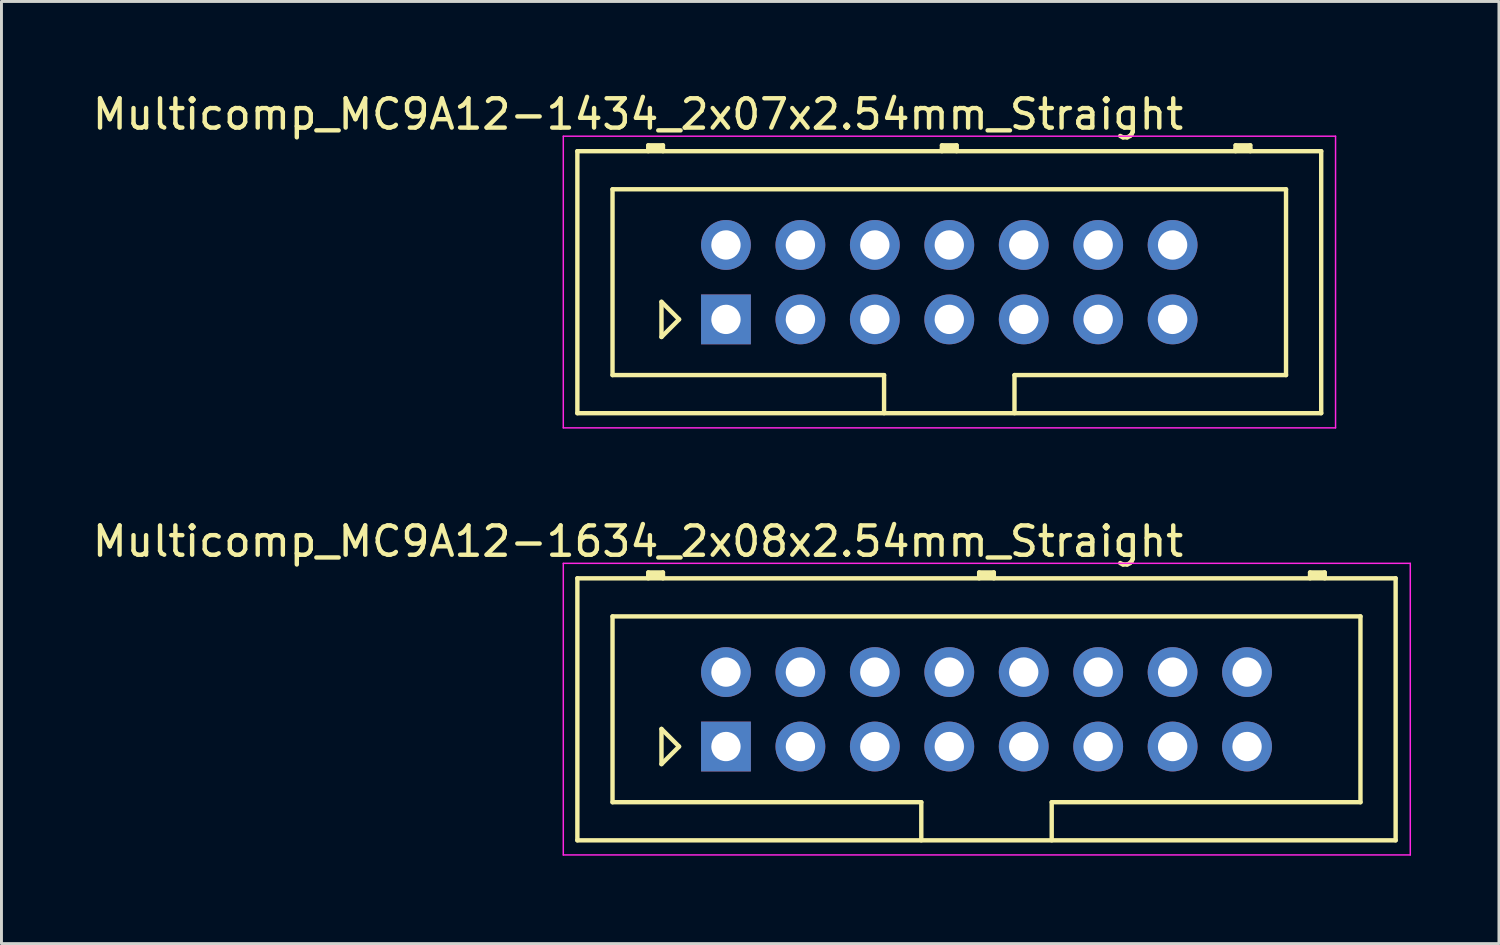
<source format=kicad_pcb>
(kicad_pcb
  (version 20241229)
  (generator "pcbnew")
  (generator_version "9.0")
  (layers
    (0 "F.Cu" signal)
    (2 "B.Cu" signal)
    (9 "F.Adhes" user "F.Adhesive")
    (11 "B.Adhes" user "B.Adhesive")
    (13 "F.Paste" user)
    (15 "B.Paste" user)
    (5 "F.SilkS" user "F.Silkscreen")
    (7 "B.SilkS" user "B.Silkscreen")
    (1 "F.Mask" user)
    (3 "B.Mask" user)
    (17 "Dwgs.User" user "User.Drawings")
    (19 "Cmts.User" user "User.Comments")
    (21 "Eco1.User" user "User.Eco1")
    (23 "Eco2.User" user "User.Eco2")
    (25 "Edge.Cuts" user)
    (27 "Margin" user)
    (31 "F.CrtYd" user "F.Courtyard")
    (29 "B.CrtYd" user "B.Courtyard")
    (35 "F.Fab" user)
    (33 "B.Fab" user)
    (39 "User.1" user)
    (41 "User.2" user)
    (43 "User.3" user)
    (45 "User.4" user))
  (footprint "Multicomp_MC9A12-1434_2x07x2.54mm_Straight"
    (layer "F.Cu")
    (at 21.72 7.848)
    (property "Reference" "Multicomp_MC9A12-1434_2x07x2.54mm_Straight" (at -3 -7 0) (layer "F.SilkS") (effects (font (size 1 1) (thickness 0.15))))
    (attr through_hole)
    (fp_line (start -5.07 -5.74) (end 20.31 -5.74) (stroke (width 0.15) (type solid)) (layer "F.SilkS"))
    (fp_line (start -5.07 3.2) (end -5.07 -5.74) (stroke (width 0.15) (type solid)) (layer "F.SilkS"))
    (fp_line (start -3.87 -4.44) (end 19.11 -4.44) (stroke (width 0.15) (type solid)) (layer "F.SilkS"))
    (fp_line (start -3.87 1.9) (end -3.87 -4.44) (stroke (width 0.15) (type solid)) (layer "F.SilkS"))
    (fp_line (start -2.65 -5.94) (end -2.15 -5.94) (stroke (width 0.15) (type solid)) (layer "F.SilkS"))
    (fp_line (start -2.65 -5.84) (end -2.15 -5.84) (stroke (width 0.15) (type solid)) (layer "F.SilkS"))
    (fp_line (start -2.65 -5.74) (end -2.65 -5.94) (stroke (width 0.15) (type solid)) (layer "F.SilkS"))
    (fp_line (start -2.2 -0.6) (end -1.6 0) (stroke (width 0.15) (type solid)) (layer "F.SilkS"))
    (fp_line (start -2.2 0.6) (end -2.2 -0.6) (stroke (width 0.15) (type solid)) (layer "F.SilkS"))
    (fp_line (start -2.15 -5.94) (end -2.15 -5.74) (stroke (width 0.15) (type solid)) (layer "F.SilkS"))
    (fp_line (start -1.6 0) (end -2.2 0.6) (stroke (width 0.15) (type solid)) (layer "F.SilkS"))
    (fp_line (start 5.395 1.9) (end -3.87 1.9) (stroke (width 0.15) (type solid)) (layer "F.SilkS"))
    (fp_line (start 5.395 3.2) (end 5.395 1.9) (stroke (width 0.15) (type solid)) (layer "F.SilkS"))
    (fp_line (start 7.37 -5.94) (end 7.87 -5.94) (stroke (width 0.15) (type solid)) (layer "F.SilkS"))
    (fp_line (start 7.37 -5.84) (end 7.87 -5.84) (stroke (width 0.15) (type solid)) (layer "F.SilkS"))
    (fp_line (start 7.37 -5.74) (end 7.37 -5.94) (stroke (width 0.15) (type solid)) (layer "F.SilkS"))
    (fp_line (start 7.87 -5.94) (end 7.87 -5.74) (stroke (width 0.15) (type solid)) (layer "F.SilkS"))
    (fp_line (start 9.845 1.9) (end 9.845 3.2) (stroke (width 0.15) (type solid)) (layer "F.SilkS"))
    (fp_line (start 17.39 -5.94) (end 17.89 -5.94) (stroke (width 0.15) (type solid)) (layer "F.SilkS"))
    (fp_line (start 17.39 -5.84) (end 17.89 -5.84) (stroke (width 0.15) (type solid)) (layer "F.SilkS"))
    (fp_line (start 17.39 -5.74) (end 17.39 -5.94) (stroke (width 0.15) (type solid)) (layer "F.SilkS"))
    (fp_line (start 17.89 -5.94) (end 17.89 -5.74) (stroke (width 0.15) (type solid)) (layer "F.SilkS"))
    (fp_line (start 19.11 -4.44) (end 19.11 1.9) (stroke (width 0.15) (type solid)) (layer "F.SilkS"))
    (fp_line (start 19.11 1.9) (end 9.845 1.9) (stroke (width 0.15) (type solid)) (layer "F.SilkS"))
    (fp_line (start 20.31 -5.74) (end 20.31 3.2) (stroke (width 0.15) (type solid)) (layer "F.SilkS"))
    (fp_line (start 20.31 3.2) (end -5.07 3.2) (stroke (width 0.15) (type solid)) (layer "F.SilkS"))
    (fp_line (start -5.55 -6.25) (end 20.8 -6.25) (stroke (width 0.05) (type solid)) (layer "F.CrtYd"))
    (fp_line (start -5.55 3.7) (end -5.55 -6.25) (stroke (width 0.05) (type solid)) (layer "F.CrtYd"))
    (fp_line (start 20.8 -6.25) (end 20.8 3.7) (stroke (width 0.05) (type solid)) (layer "F.CrtYd"))
    (fp_line (start 20.8 3.7) (end -5.55 3.7) (stroke (width 0.05) (type solid)) (layer "F.CrtYd"))
    (pad "1" thru_hole rect (at 0 0) (size 1.7 1.7) (drill 1) (layers "*.Cu" "*.Mask"))
    (pad "2" thru_hole circle (at 0 -2.54) (size 1.7 1.7) (drill 1) (layers "*.Cu" "*.Mask"))
    (pad "3" thru_hole circle (at 2.54 0) (size 1.7 1.7) (drill 1) (layers "*.Cu" "*.Mask"))
    (pad "4" thru_hole circle (at 2.54 -2.54) (size 1.7 1.7) (drill 1) (layers "*.Cu" "*.Mask"))
    (pad "5" thru_hole circle (at 5.08 0) (size 1.7 1.7) (drill 1) (layers "*.Cu" "*.Mask"))
    (pad "6" thru_hole circle (at 5.08 -2.54) (size 1.7 1.7) (drill 1) (layers "*.Cu" "*.Mask"))
    (pad "7" thru_hole circle (at 7.62 0) (size 1.7 1.7) (drill 1) (layers "*.Cu" "*.Mask"))
    (pad "8" thru_hole circle (at 7.62 -2.54) (size 1.7 1.7) (drill 1) (layers "*.Cu" "*.Mask"))
    (pad "9" thru_hole circle (at 10.16 0) (size 1.7 1.7) (drill 1) (layers "*.Cu" "*.Mask"))
    (pad "10" thru_hole circle (at 10.16 -2.54) (size 1.7 1.7) (drill 1) (layers "*.Cu" "*.Mask"))
    (pad "11" thru_hole circle (at 12.7 0) (size 1.7 1.7) (drill 1) (layers "*.Cu" "*.Mask"))
    (pad "12" thru_hole circle (at 12.7 -2.54) (size 1.7 1.7) (drill 1) (layers "*.Cu" "*.Mask"))
    (pad "13" thru_hole circle (at 15.24 0) (size 1.7 1.7) (drill 1) (layers "*.Cu" "*.Mask"))
    (pad "14" thru_hole circle (at 15.24 -2.54) (size 1.7 1.7) (drill 1) (layers "*.Cu" "*.Mask")))
  (footprint "Multicomp_MC9A12-1634_2x08x2.54mm_Straight"
    (layer "F.Cu")
    (at 21.72 22.422)
    (property "Reference" "Multicomp_MC9A12-1634_2x08x2.54mm_Straight" (at -3 -7 0) (layer "F.SilkS") (effects (font (size 1 1) (thickness 0.15))))
    (attr through_hole)
    (fp_line (start -5.07 -5.74) (end 22.85 -5.74) (stroke (width 0.15) (type solid)) (layer "F.SilkS"))
    (fp_line (start -5.07 3.2) (end -5.07 -5.74) (stroke (width 0.15) (type solid)) (layer "F.SilkS"))
    (fp_line (start -3.87 -4.44) (end 21.65 -4.44) (stroke (width 0.15) (type solid)) (layer "F.SilkS"))
    (fp_line (start -3.87 1.9) (end -3.87 -4.44) (stroke (width 0.15) (type solid)) (layer "F.SilkS"))
    (fp_line (start -2.65 -5.94) (end -2.15 -5.94) (stroke (width 0.15) (type solid)) (layer "F.SilkS"))
    (fp_line (start -2.65 -5.84) (end -2.15 -5.84) (stroke (width 0.15) (type solid)) (layer "F.SilkS"))
    (fp_line (start -2.65 -5.74) (end -2.65 -5.94) (stroke (width 0.15) (type solid)) (layer "F.SilkS"))
    (fp_line (start -2.2 -0.6) (end -1.6 0) (stroke (width 0.15) (type solid)) (layer "F.SilkS"))
    (fp_line (start -2.2 0.6) (end -2.2 -0.6) (stroke (width 0.15) (type solid)) (layer "F.SilkS"))
    (fp_line (start -2.15 -5.94) (end -2.15 -5.74) (stroke (width 0.15) (type solid)) (layer "F.SilkS"))
    (fp_line (start -1.6 0) (end -2.2 0.6) (stroke (width 0.15) (type solid)) (layer "F.SilkS"))
    (fp_line (start 6.665 1.9) (end -3.87 1.9) (stroke (width 0.15) (type solid)) (layer "F.SilkS"))
    (fp_line (start 6.665 3.2) (end 6.665 1.9) (stroke (width 0.15) (type solid)) (layer "F.SilkS"))
    (fp_line (start 8.64 -5.94) (end 9.14 -5.94) (stroke (width 0.15) (type solid)) (layer "F.SilkS"))
    (fp_line (start 8.64 -5.84) (end 9.14 -5.84) (stroke (width 0.15) (type solid)) (layer "F.SilkS"))
    (fp_line (start 8.64 -5.74) (end 8.64 -5.94) (stroke (width 0.15) (type solid)) (layer "F.SilkS"))
    (fp_line (start 9.14 -5.94) (end 9.14 -5.74) (stroke (width 0.15) (type solid)) (layer "F.SilkS"))
    (fp_line (start 11.115 1.9) (end 11.115 3.2) (stroke (width 0.15) (type solid)) (layer "F.SilkS"))
    (fp_line (start 19.93 -5.94) (end 20.43 -5.94) (stroke (width 0.15) (type solid)) (layer "F.SilkS"))
    (fp_line (start 19.93 -5.84) (end 20.43 -5.84) (stroke (width 0.15) (type solid)) (layer "F.SilkS"))
    (fp_line (start 19.93 -5.74) (end 19.93 -5.94) (stroke (width 0.15) (type solid)) (layer "F.SilkS"))
    (fp_line (start 20.43 -5.94) (end 20.43 -5.74) (stroke (width 0.15) (type solid)) (layer "F.SilkS"))
    (fp_line (start 21.65 -4.44) (end 21.65 1.9) (stroke (width 0.15) (type solid)) (layer "F.SilkS"))
    (fp_line (start 21.65 1.9) (end 11.115 1.9) (stroke (width 0.15) (type solid)) (layer "F.SilkS"))
    (fp_line (start 22.85 -5.74) (end 22.85 3.2) (stroke (width 0.15) (type solid)) (layer "F.SilkS"))
    (fp_line (start 22.85 3.2) (end -5.07 3.2) (stroke (width 0.15) (type solid)) (layer "F.SilkS"))
    (fp_line (start -5.55 -6.25) (end 23.35 -6.25) (stroke (width 0.05) (type solid)) (layer "F.CrtYd"))
    (fp_line (start -5.55 3.7) (end -5.55 -6.25) (stroke (width 0.05) (type solid)) (layer "F.CrtYd"))
    (fp_line (start 23.35 -6.25) (end 23.35 3.7) (stroke (width 0.05) (type solid)) (layer "F.CrtYd"))
    (fp_line (start 23.35 3.7) (end -5.55 3.7) (stroke (width 0.05) (type solid)) (layer "F.CrtYd"))
    (pad "1" thru_hole rect (at 0 0) (size 1.7 1.7) (drill 1) (layers "*.Cu" "*.Mask"))
    (pad "2" thru_hole circle (at 0 -2.54) (size 1.7 1.7) (drill 1) (layers "*.Cu" "*.Mask"))
    (pad "3" thru_hole circle (at 2.54 0) (size 1.7 1.7) (drill 1) (layers "*.Cu" "*.Mask"))
    (pad "4" thru_hole circle (at 2.54 -2.54) (size 1.7 1.7) (drill 1) (layers "*.Cu" "*.Mask"))
    (pad "5" thru_hole circle (at 5.08 0) (size 1.7 1.7) (drill 1) (layers "*.Cu" "*.Mask"))
    (pad "6" thru_hole circle (at 5.08 -2.54) (size 1.7 1.7) (drill 1) (layers "*.Cu" "*.Mask"))
    (pad "7" thru_hole circle (at 7.62 0) (size 1.7 1.7) (drill 1) (layers "*.Cu" "*.Mask"))
    (pad "8" thru_hole circle (at 7.62 -2.54) (size 1.7 1.7) (drill 1) (layers "*.Cu" "*.Mask"))
    (pad "9" thru_hole circle (at 10.16 0) (size 1.7 1.7) (drill 1) (layers "*.Cu" "*.Mask"))
    (pad "10" thru_hole circle (at 10.16 -2.54) (size 1.7 1.7) (drill 1) (layers "*.Cu" "*.Mask"))
    (pad "11" thru_hole circle (at 12.7 0) (size 1.7 1.7) (drill 1) (layers "*.Cu" "*.Mask"))
    (pad "12" thru_hole circle (at 12.7 -2.54) (size 1.7 1.7) (drill 1) (layers "*.Cu" "*.Mask"))
    (pad "13" thru_hole circle (at 15.24 0) (size 1.7 1.7) (drill 1) (layers "*.Cu" "*.Mask"))
    (pad "14" thru_hole circle (at 15.24 -2.54) (size 1.7 1.7) (drill 1) (layers "*.Cu" "*.Mask"))
    (pad "15" thru_hole circle (at 17.78 0) (size 1.7 1.7) (drill 1) (layers "*.Cu" "*.Mask"))
    (pad "16" thru_hole circle (at 17.78 -2.54) (size 1.7 1.7) (drill 1) (layers "*.Cu" "*.Mask")))
  (gr_rect
    (start -3 -3)
    (end 48.095 29.146)
    (stroke (width 0.1) (type default))
    (fill no)
    (layer "Edge.Cuts")))
</source>
